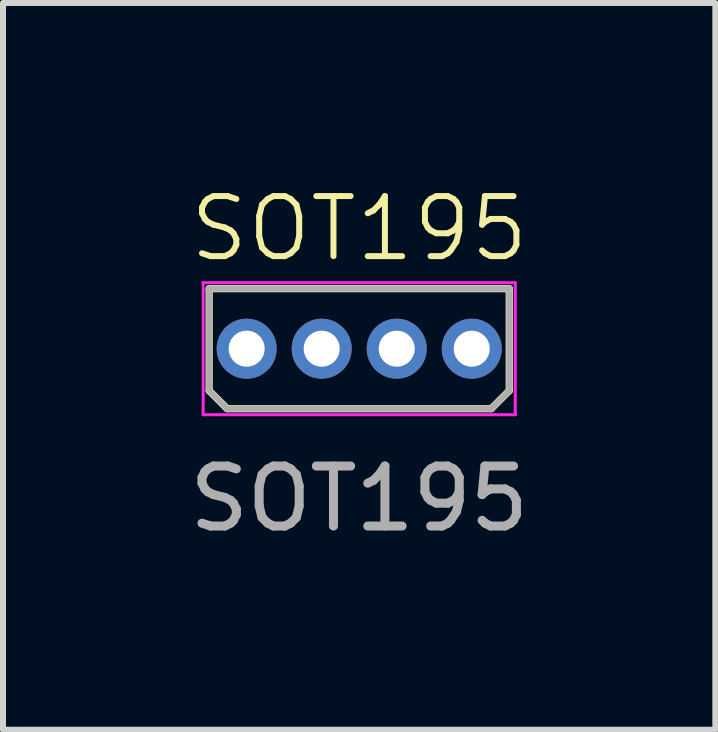
<source format=kicad_pcb>
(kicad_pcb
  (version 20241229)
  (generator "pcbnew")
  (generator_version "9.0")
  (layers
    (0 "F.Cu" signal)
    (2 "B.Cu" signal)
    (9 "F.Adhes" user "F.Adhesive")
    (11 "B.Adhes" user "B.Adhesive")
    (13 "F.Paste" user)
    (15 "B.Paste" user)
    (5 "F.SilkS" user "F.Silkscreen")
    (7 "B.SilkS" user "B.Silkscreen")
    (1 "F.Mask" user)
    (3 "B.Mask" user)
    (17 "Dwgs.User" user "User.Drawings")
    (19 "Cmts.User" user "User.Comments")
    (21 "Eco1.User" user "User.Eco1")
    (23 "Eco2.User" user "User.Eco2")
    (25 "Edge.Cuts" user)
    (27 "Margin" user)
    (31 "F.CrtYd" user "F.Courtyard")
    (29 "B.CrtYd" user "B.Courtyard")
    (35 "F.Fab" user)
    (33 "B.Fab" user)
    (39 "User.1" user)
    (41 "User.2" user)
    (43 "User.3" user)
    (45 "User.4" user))
  (footprint "SOT195"
    (layer "F.Cu")
    (at 2.935 2.76)
    (property "Reference" "SOT195" (at 0 -2 0) (unlocked yes) (layer "F.SilkS") (effects (font (size 1 1) (thickness 0.1))))
    (attr through_hole)
    (fp_line (start -2.5 0.7) (end -2.5 -1) (stroke (width 0.12) (type solid)) (layer "F.SilkS"))
    (fp_line (start -2.5 0.7) (end -2.2 1) (stroke (width 0.12) (type solid)) (layer "F.SilkS"))
    (fp_line (start -2.2 1) (end 2.2 1) (stroke (width 0.12) (type solid)) (layer "F.SilkS"))
    (fp_line (start 2.5 -1) (end -2.5 -1) (stroke (width 0.12) (type solid)) (layer "F.SilkS"))
    (fp_line (start 2.5 0.7) (end 2.2 1) (stroke (width 0.12) (type solid)) (layer "F.SilkS"))
    (fp_line (start 2.5 0.7) (end 2.5 -1) (stroke (width 0.12) (type solid)) (layer "F.SilkS"))
    (fp_line (start -2.6 -1.1) (end -2.6 1.1) (stroke (width 0.05) (type solid)) (layer "F.CrtYd"))
    (fp_line (start -2.6 1.1) (end 2.6 1.1) (stroke (width 0.05) (type solid)) (layer "F.CrtYd"))
    (fp_line (start 2.6 -1.1) (end -2.6 -1.1) (stroke (width 0.05) (type solid)) (layer "F.CrtYd"))
    (fp_line (start 2.6 1.1) (end 2.6 -1.1) (stroke (width 0.05) (type solid)) (layer "F.CrtYd"))
    (fp_line (start -2.5 -1) (end -2.5 0.7) (stroke (width 0.1) (type solid)) (layer "F.Fab"))
    (fp_line (start -2.5 0.7) (end -2.2 1) (stroke (width 0.1) (type solid)) (layer "F.Fab"))
    (fp_line (start -2.2 1) (end 2.2 1) (stroke (width 0.1) (type solid)) (layer "F.Fab"))
    (fp_line (start 2.2 1) (end 2.5 0.7) (stroke (width 0.1) (type solid)) (layer "F.Fab"))
    (fp_line (start 2.5 -1) (end -2.5 -1) (stroke (width 0.1) (type solid)) (layer "F.Fab"))
    (fp_line (start 2.5 0.7) (end 2.5 -1) (stroke (width 0.1) (type solid)) (layer "F.Fab"))
    (fp_text user "${REFERENCE}" (at 0 2.5 0) (unlocked yes) (layer "F.Fab") (effects (font (size 1 1) (thickness 0.15))))
    (pad "1" thru_hole circle (at -1.875 0) (size 1 1) (drill 0.6) (layers "*.Cu" "*.Mask"))
    (pad "2" thru_hole circle (at -0.625 0) (size 1 1) (drill 0.6) (layers "*.Cu" "*.Mask"))
    (pad "3" thru_hole circle (at 0.625 0) (size 1 1) (drill 0.6) (layers "*.Cu" "*.Mask"))
    (pad "4" thru_hole circle (at 1.875 0) (size 1 1) (drill 0.6) (layers "*.Cu" "*.Mask")))
  (gr_rect
    (start -3 -3)
    (end 8.869 9.109)
    (stroke (width 0.1) (type default))
    (fill no)
    (layer "Edge.Cuts")))
</source>
